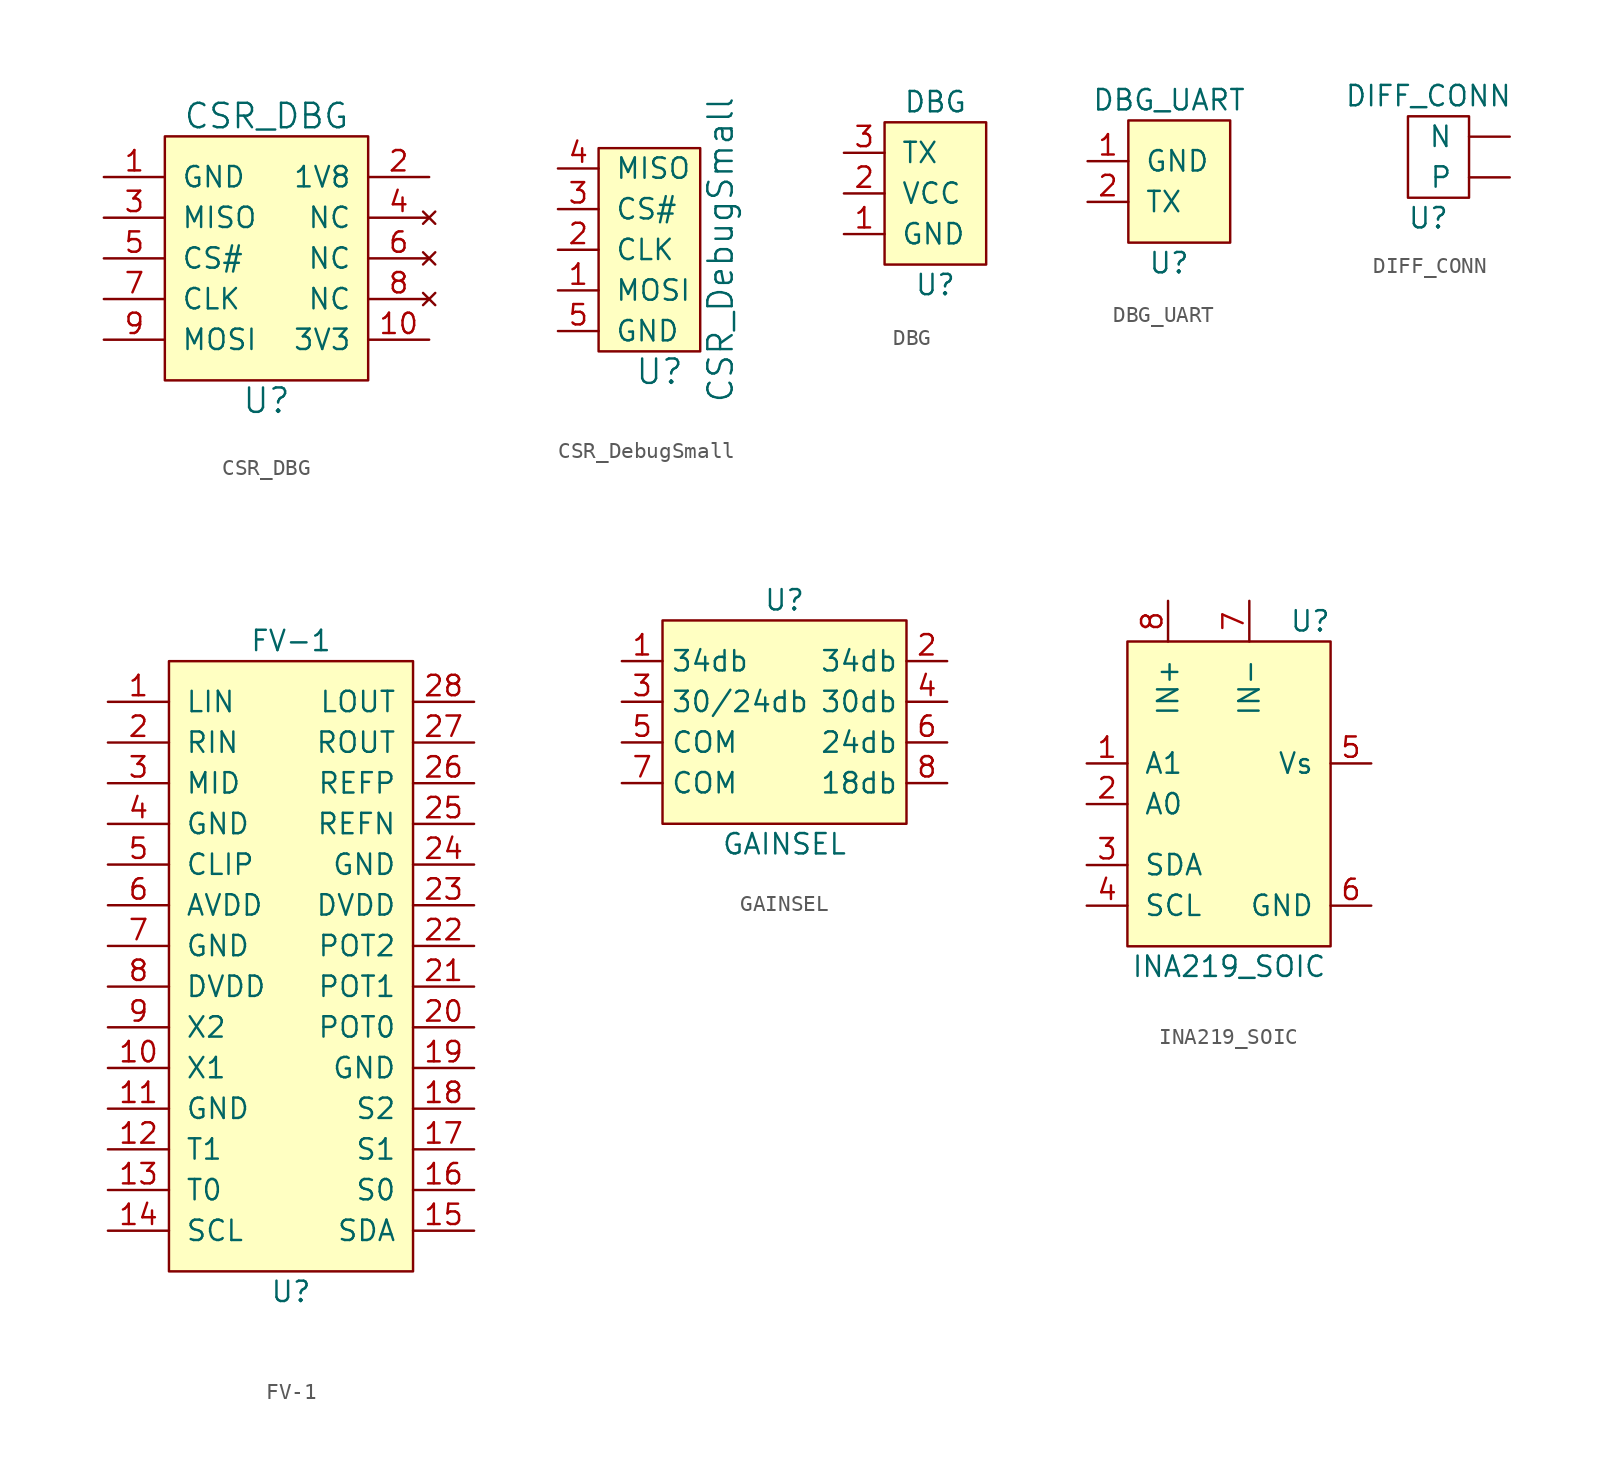
<source format=kicad_sym>
(kicad_symbol_lib
  (version 20211014)
  (generator kicad_symbol_editor)
  (symbol "CSR_DBG"
    (pin_names
      (offset 1.016))
    (property "Reference" "U"
      (at 0 -8.89 0)
      (effects (font (size 1.524 1.524))))
    (property "Value" "CSR_DBG"
      (at 0 8.89 0)
      (effects (font (size 1.524 1.524))))
    (symbol "CSR_DBG_0_1"
      (rectangle (start -6.35 7.62) (end 6.35 -7.62) (stroke (width 0) (type default) (color 0 0 0 0)) (fill (type background))))
    (symbol "CSR_DBG_1_1"
      (pin power_in line (at -10.16 5.08 0) (length 3.81) (name "GND" (effects (font (size 1.27 1.27)))) (number "1" (effects (font (size 1.27 1.27)))))
      (pin input line (at 10.16 -5.08 180) (length 3.81) (name "3V3" (effects (font (size 1.27 1.27)))) (number "10" (effects (font (size 1.27 1.27)))))
      (pin input line (at 10.16 5.08 180) (length 3.81) (name "1V8" (effects (font (size 1.27 1.27)))) (number "2" (effects (font (size 1.27 1.27)))))
      (pin input line (at -10.16 2.54 0) (length 3.81) (name "MISO" (effects (font (size 1.27 1.27)))) (number "3" (effects (font (size 1.27 1.27)))))
      (pin no_connect line (at 10.16 2.54 180) (length 3.81) (name "NC" (effects (font (size 1.27 1.27)))) (number "4" (effects (font (size 1.27 1.27)))))
      (pin output line (at -10.16 0 0) (length 3.81) (name "CS#" (effects (font (size 1.27 1.27)))) (number "5" (effects (font (size 1.27 1.27)))))
      (pin no_connect line (at 10.16 0 180) (length 3.81) (name "NC" (effects (font (size 1.27 1.27)))) (number "6" (effects (font (size 1.27 1.27)))))
      (pin output line (at -10.16 -2.54 0) (length 3.81) (name "CLK" (effects (font (size 1.27 1.27)))) (number "7" (effects (font (size 1.27 1.27)))))
      (pin no_connect line (at 10.16 -2.54 180) (length 3.81) (name "NC" (effects (font (size 1.27 1.27)))) (number "8" (effects (font (size 1.27 1.27)))))
      (pin output line (at -10.16 -5.08 0) (length 3.81) (name "MOSI" (effects (font (size 1.27 1.27)))) (number "9" (effects (font (size 1.27 1.27)))))))
  (symbol "CSR_DebugSmall"
    (pin_names
      (offset 1.016))
    (property "Reference" "U"
      (at 6.35 -7.62 0)
      (effects (font (size 1.524 1.524))))
    (property "Value" "CSR_DebugSmall"
      (at 10.16 0 90)
      (effects (font (size 1.524 1.524))))
    (symbol "CSR_DebugSmall_0_1"
      (rectangle (start 2.54 6.35) (end 8.89 -6.35) (stroke (width 0) (type default) (color 0 0 0 0)) (fill (type background))))
    (symbol "CSR_DebugSmall_1_1"
      (pin input line (at 0 -2.54 0) (length 2.54) (name "MOSI" (effects (font (size 1.27 1.27)))) (number "1" (effects (font (size 1.27 1.27)))))
      (pin input line (at 0 0 0) (length 2.54) (name "CLK" (effects (font (size 1.27 1.27)))) (number "2" (effects (font (size 1.27 1.27)))))
      (pin input line (at 0 2.54 0) (length 2.54) (name "CS#" (effects (font (size 1.27 1.27)))) (number "3" (effects (font (size 1.27 1.27)))))
      (pin input line (at 0 5.08 0) (length 2.54) (name "MISO" (effects (font (size 1.27 1.27)))) (number "4" (effects (font (size 1.27 1.27)))))
      (pin input line (at 0 -5.08 0) (length 2.54) (name "GND" (effects (font (size 1.27 1.27)))) (number "5" (effects (font (size 1.27 1.27)))))))
  (symbol "DBG"
    (pin_names
      (offset 1.016))
    (property "Reference" "U"
      (at 0.635 -5.715 0)
      (effects (font (size 1.27 1.27))))
    (property "Value" "DBG"
      (at 0.635 5.715 0)
      (effects (font (size 1.27 1.27))))
    (property "Footprint" ""
      (at -0.635 0 0)
      (effects (font (size 1.524 1.524))))
    (property "Datasheet" ""
      (at -0.635 0 0)
      (effects (font (size 1.524 1.524))))
    (symbol "DBG_0_1"
      (rectangle (start -2.54 4.445) (end 3.81 -4.445) (stroke (width 0) (type default) (color 0 0 0 0)) (fill (type background))))
    (symbol "DBG_1_1"
      (pin input line (at -5.08 -2.54 0) (length 2.54) (name "GND" (effects (font (size 1.27 1.27)))) (number "1" (effects (font (size 1.27 1.27)))))
      (pin input line (at -5.08 0 0) (length 2.54) (name "VCC" (effects (font (size 1.27 1.27)))) (number "2" (effects (font (size 1.27 1.27)))))
      (pin input line (at -5.08 2.54 0) (length 2.54) (name "TX" (effects (font (size 1.27 1.27)))) (number "3" (effects (font (size 1.27 1.27)))))))
  (symbol "DBG_UART"
    (pin_names
      (offset 1.016))
    (property "Reference" "U"
      (at 0 -5.08 0)
      (effects (font (size 1.27 1.27))))
    (property "Value" "DBG_UART"
      (at 0 5.08 0)
      (effects (font (size 1.27 1.27))))
    (symbol "DBG_UART_0_1"
      (rectangle (start -2.54 3.81) (end 3.81 -3.81) (stroke (width 0) (type default) (color 0 0 0 0)) (fill (type background))))
    (symbol "DBG_UART_1_1"
      (pin passive line (at -5.08 1.27 0) (length 2.54) (name "GND" (effects (font (size 1.27 1.27)))) (number "1" (effects (font (size 1.27 1.27)))))
      (pin output line (at -5.08 -1.27 0) (length 2.54) (name "TX" (effects (font (size 1.27 1.27)))) (number "2" (effects (font (size 1.27 1.27)))))))
  (symbol "DIFF_CONN"
    (pin_names
      (offset 1.016))
    (property "Reference" "U"
      (at 0 -3.81 0)
      (effects (font (size 1.27 1.27))))
    (property "Value" "DIFF_CONN"
      (at 0 3.81 0)
      (effects (font (size 1.27 1.27))))
    (symbol "DIFF_CONN_0_1"
      (rectangle (start -1.27 2.54) (end 2.54 -2.54) (stroke (width 0) (type default) (color 0 0 0 0)) (fill (type none))))
    (symbol "DIFF_CONN_1_1"
      (pin bidirectional line (at 5.08 1.27 180) (length 2.54) (name "N" (effects (font (size 1.27 1.27)))) (number "~" (effects (font (size 1.27 1.27)))))
      (pin bidirectional line (at 5.08 -1.27 180) (length 2.54) (name "P" (effects (font (size 1.27 1.27)))) (number "~" (effects (font (size 1.27 1.27)))))))
  (symbol "FV-1"
    (pin_names
      (offset 1.016))
    (property "Reference" "U"
      (at 0 -20.32 0)
      (effects (font (size 1.27 1.27))))
    (property "Value" "FV-1"
      (at 0 20.32 0)
      (effects (font (size 1.27 1.27))))
    (symbol "FV-1_0_1"
      (rectangle (start -7.62 19.05) (end 7.62 -19.05) (stroke (width 0) (type default) (color 0 0 0 0)) (fill (type background))))
    (symbol "FV-1_1_1"
      (pin input line (at -11.43 16.51 0) (length 3.81) (name "LIN" (effects (font (size 1.27 1.27)))) (number "1" (effects (font (size 1.27 1.27)))))
      (pin input line (at -11.43 -6.35 0) (length 3.81) (name "X1" (effects (font (size 1.27 1.27)))) (number "10" (effects (font (size 1.27 1.27)))))
      (pin input line (at -11.43 -8.89 0) (length 3.81) (name "GND" (effects (font (size 1.27 1.27)))) (number "11" (effects (font (size 1.27 1.27)))))
      (pin input line (at -11.43 -11.43 0) (length 3.81) (name "T1" (effects (font (size 1.27 1.27)))) (number "12" (effects (font (size 1.27 1.27)))))
      (pin input line (at -11.43 -13.97 0) (length 3.81) (name "T0" (effects (font (size 1.27 1.27)))) (number "13" (effects (font (size 1.27 1.27)))))
      (pin input line (at -11.43 -16.51 0) (length 3.81) (name "SCL" (effects (font (size 1.27 1.27)))) (number "14" (effects (font (size 1.27 1.27)))))
      (pin input line (at 11.43 -16.51 180) (length 3.81) (name "SDA" (effects (font (size 1.27 1.27)))) (number "15" (effects (font (size 1.27 1.27)))))
      (pin input line (at 11.43 -13.97 180) (length 3.81) (name "S0" (effects (font (size 1.27 1.27)))) (number "16" (effects (font (size 1.27 1.27)))))
      (pin input line (at 11.43 -11.43 180) (length 3.81) (name "S1" (effects (font (size 1.27 1.27)))) (number "17" (effects (font (size 1.27 1.27)))))
      (pin input line (at 11.43 -8.89 180) (length 3.81) (name "S2" (effects (font (size 1.27 1.27)))) (number "18" (effects (font (size 1.27 1.27)))))
      (pin input line (at 11.43 -6.35 180) (length 3.81) (name "GND" (effects (font (size 1.27 1.27)))) (number "19" (effects (font (size 1.27 1.27)))))
      (pin input line (at -11.43 13.97 0) (length 3.81) (name "RIN" (effects (font (size 1.27 1.27)))) (number "2" (effects (font (size 1.27 1.27)))))
      (pin input line (at 11.43 -3.81 180) (length 3.81) (name "POT0" (effects (font (size 1.27 1.27)))) (number "20" (effects (font (size 1.27 1.27)))))
      (pin input line (at 11.43 -1.27 180) (length 3.81) (name "POT1" (effects (font (size 1.27 1.27)))) (number "21" (effects (font (size 1.27 1.27)))))
      (pin input line (at 11.43 1.27 180) (length 3.81) (name "POT2" (effects (font (size 1.27 1.27)))) (number "22" (effects (font (size 1.27 1.27)))))
      (pin input line (at 11.43 3.81 180) (length 3.81) (name "DVDD" (effects (font (size 1.27 1.27)))) (number "23" (effects (font (size 1.27 1.27)))))
      (pin input line (at 11.43 6.35 180) (length 3.81) (name "GND" (effects (font (size 1.27 1.27)))) (number "24" (effects (font (size 1.27 1.27)))))
      (pin input line (at 11.43 8.89 180) (length 3.81) (name "REFN" (effects (font (size 1.27 1.27)))) (number "25" (effects (font (size 1.27 1.27)))))
      (pin input line (at 11.43 11.43 180) (length 3.81) (name "REFP" (effects (font (size 1.27 1.27)))) (number "26" (effects (font (size 1.27 1.27)))))
      (pin input line (at 11.43 13.97 180) (length 3.81) (name "ROUT" (effects (font (size 1.27 1.27)))) (number "27" (effects (font (size 1.27 1.27)))))
      (pin input line (at 11.43 16.51 180) (length 3.81) (name "LOUT" (effects (font (size 1.27 1.27)))) (number "28" (effects (font (size 1.27 1.27)))))
      (pin input line (at -11.43 11.43 0) (length 3.81) (name "MID" (effects (font (size 1.27 1.27)))) (number "3" (effects (font (size 1.27 1.27)))))
      (pin input line (at -11.43 8.89 0) (length 3.81) (name "GND" (effects (font (size 1.27 1.27)))) (number "4" (effects (font (size 1.27 1.27)))))
      (pin input line (at -11.43 6.35 0) (length 3.81) (name "CLIP" (effects (font (size 1.27 1.27)))) (number "5" (effects (font (size 1.27 1.27)))))
      (pin input line (at -11.43 3.81 0) (length 3.81) (name "AVDD" (effects (font (size 1.27 1.27)))) (number "6" (effects (font (size 1.27 1.27)))))
      (pin input line (at -11.43 1.27 0) (length 3.81) (name "GND" (effects (font (size 1.27 1.27)))) (number "7" (effects (font (size 1.27 1.27)))))
      (pin input line (at -11.43 -1.27 0) (length 3.81) (name "DVDD" (effects (font (size 1.27 1.27)))) (number "8" (effects (font (size 1.27 1.27)))))
      (pin input line (at -11.43 -3.81 0) (length 3.81) (name "X2" (effects (font (size 1.27 1.27)))) (number "9" (effects (font (size 1.27 1.27)))))))
  (symbol "GAINSEL"
    (property "Reference" "U"
      (at 0 10.16 0)
      (effects (font (size 1.27 1.27))))
    (property "Value" "GAINSEL"
      (at 0 -5.08 0)
      (effects (font (size 1.27 1.27))))
    (symbol "GAINSEL_0_0"
      (rectangle (start -7.62 8.89) (end 7.62 -3.81) (stroke (width 0) (type default) (color 0 0 0 0)) (fill (type background))))
    (symbol "GAINSEL_1_1"
      (pin input line (at -10.16 6.35 0) (length 2.54) (name "34db" (effects (font (size 1.27 1.27)))) (number "1" (effects (font (size 1.27 1.27)))))
      (pin input line (at 10.16 6.35 180) (length 2.54) (name "34db" (effects (font (size 1.27 1.27)))) (number "2" (effects (font (size 1.27 1.27)))))
      (pin input line (at -10.16 3.81 0) (length 2.54) (name "30/24db" (effects (font (size 1.27 1.27)))) (number "3" (effects (font (size 1.27 1.27)))))
      (pin input line (at 10.16 3.81 180) (length 2.54) (name "30db" (effects (font (size 1.27 1.27)))) (number "4" (effects (font (size 1.27 1.27)))))
      (pin input line (at -10.16 1.27 0) (length 2.54) (name "COM" (effects (font (size 1.27 1.27)))) (number "5" (effects (font (size 1.27 1.27)))))
      (pin input line (at 10.16 1.27 180) (length 2.54) (name "24db" (effects (font (size 1.27 1.27)))) (number "6" (effects (font (size 1.27 1.27)))))
      (pin input line (at -10.16 -1.27 0) (length 2.54) (name "COM" (effects (font (size 1.27 1.27)))) (number "7" (effects (font (size 1.27 1.27)))))
      (pin input line (at 10.16 -1.27 180) (length 2.54) (name "18db" (effects (font (size 1.27 1.27)))) (number "8" (effects (font (size 1.27 1.27)))))))
  (symbol "INA219_SOIC"
    (pin_names
      (offset 1.016))
    (property "Reference" "U"
      (at 5.08 10.16 0)
      (effects (font (size 1.27 1.27))))
    (property "Value" "INA219_SOIC"
      (at 0 -11.43 0)
      (effects (font (size 1.27 1.27))))
    (symbol "INA219_SOIC_0_1"
      (rectangle (start -6.35 8.89) (end 6.35 -10.16) (stroke (width 0) (type default) (color 0 0 0 0)) (fill (type background))))
    (symbol "INA219_SOIC_1_1"
      (pin input line (at -8.89 1.27 0) (length 2.54) (name "A1" (effects (font (size 1.27 1.27)))) (number "1" (effects (font (size 1.27 1.27)))))
      (pin input line (at -8.89 -1.27 0) (length 2.54) (name "A0" (effects (font (size 1.27 1.27)))) (number "2" (effects (font (size 1.27 1.27)))))
      (pin input line (at -8.89 -5.08 0) (length 2.54) (name "SDA" (effects (font (size 1.27 1.27)))) (number "3" (effects (font (size 1.27 1.27)))))
      (pin input line (at -8.89 -7.62 0) (length 2.54) (name "SCL" (effects (font (size 1.27 1.27)))) (number "4" (effects (font (size 1.27 1.27)))))
      (pin input line (at 8.89 1.27 180) (length 2.54) (name "Vs" (effects (font (size 1.27 1.27)))) (number "5" (effects (font (size 1.27 1.27)))))
      (pin input line (at 8.89 -7.62 180) (length 2.54) (name "GND" (effects (font (size 1.27 1.27)))) (number "6" (effects (font (size 1.27 1.27)))))
      (pin input line (at 1.27 11.43 270) (length 2.54) (name "IN-" (effects (font (size 1.27 1.27)))) (number "7" (effects (font (size 1.27 1.27)))))
      (pin input line (at -3.81 11.43 270) (length 2.54) (name "IN+" (effects (font (size 1.27 1.27)))) (number "8" (effects (font (size 1.27 1.27))))))))
</source>
